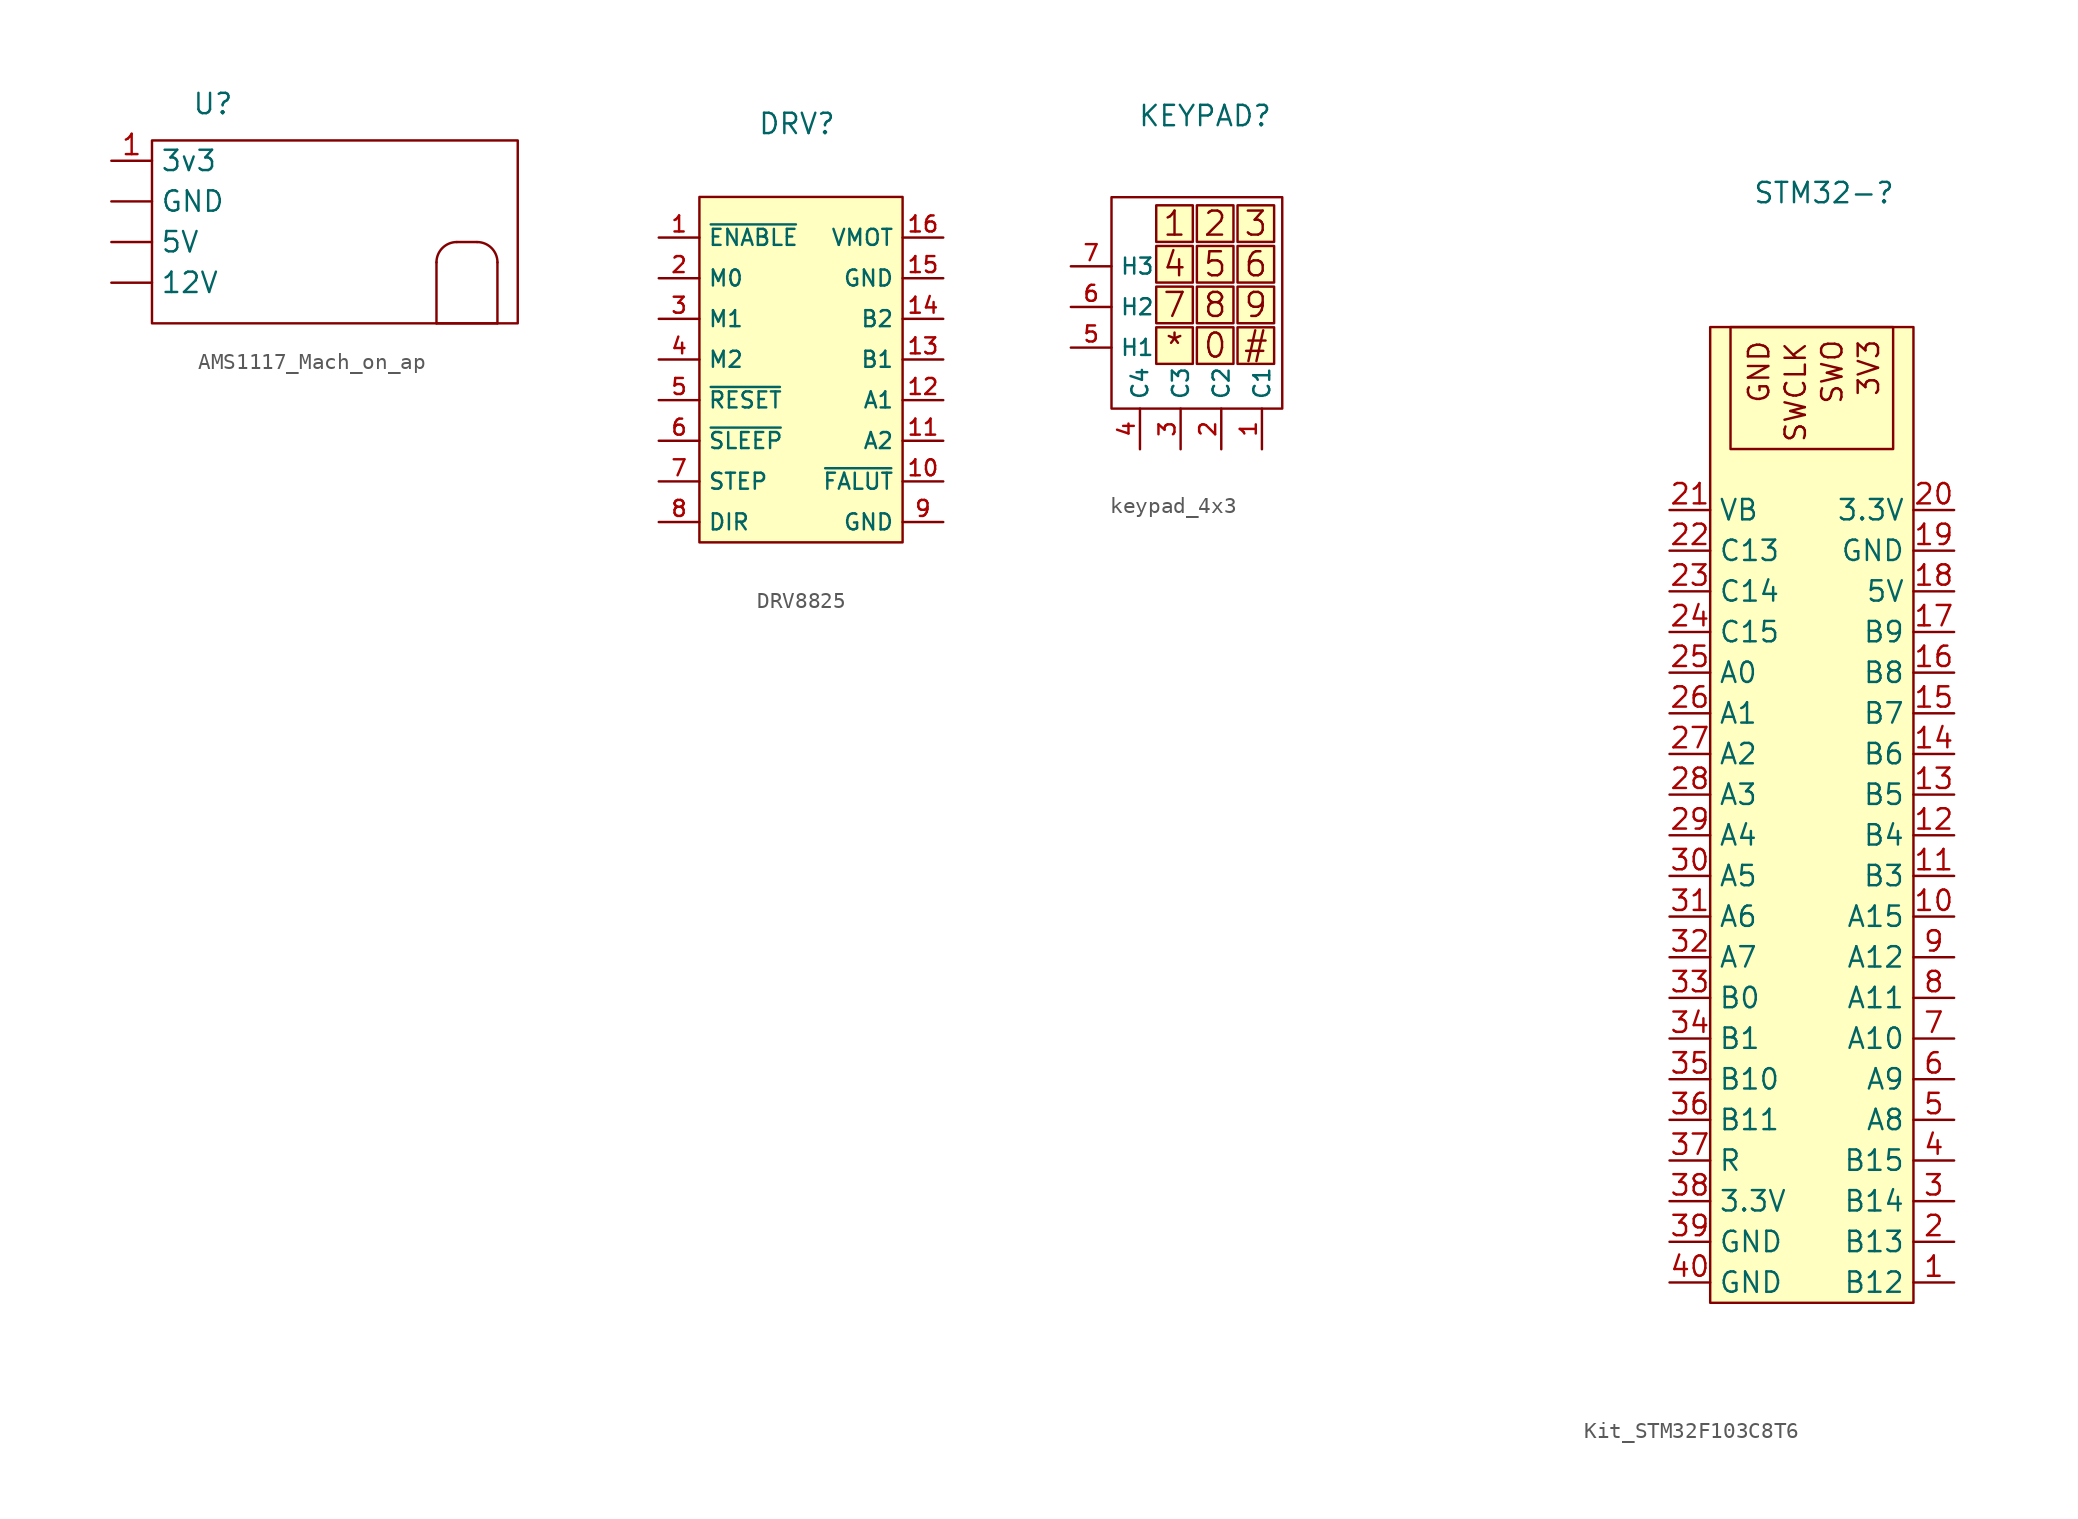
<source format=kicad_sym>
(kicad_symbol_lib
  (version 20231120)
  (generator "kicad_symbol_editor")
  (generator_version "8.0")
  (symbol "AMS1117_Mach_on_ap"
    (property "Reference" "U"
      (at 0 3.556 0)
      (effects (font (size 1.27 1.27))))
    (property "Value" ""
      (at 0 0 0)
      (effects (font (size 1.27 1.27))))
    (symbol "AMS1117_Mach_on_ap_0_1"
      (rectangle (start -3.81 1.27) (end 19.05 -10.16) (stroke (width 0) (type default)) (fill (type none)))
      (polyline (pts (xy 13.97 -10.16) (xy 17.78 -10.16)) (stroke (width 0) (type default)) (fill (type none)))
      (polyline (pts (xy 13.97 -6.35) (xy 13.97 -10.16)) (stroke (width 0) (type default)) (fill (type none)))
      (polyline (pts (xy 15.24 -5.08) (xy 16.51 -5.08)) (stroke (width 0) (type default)) (fill (type none)))
      (polyline (pts (xy 17.78 -6.35) (xy 17.78 -10.16)) (stroke (width 0) (type default)) (fill (type none)))
      (arc (start 15.24 -5.08) (mid 14.342 -5.452) (end 13.97 -6.35) (stroke (width 0) (type default)) (fill (type none)))
      (arc (start 17.78 -6.35) (mid 17.408 -5.452) (end 16.51 -5.08) (stroke (width 0) (type default)) (fill (type none))))
    (symbol "AMS1117_Mach_on_ap_1_1"
      (pin output line (at -6.35 -7.62 0) (length 2.54) (name "12V" (effects (font (size 1.27 1.27)))) (number "" (effects (font (size 1.27 1.27)))))
      (pin output line (at -6.35 -5.08 0) (length 2.54) (name "5V" (effects (font (size 1.27 1.27)))) (number "" (effects (font (size 1.27 1.27)))))
      (pin output line (at -6.35 -2.54 0) (length 2.54) (name "GND" (effects (font (size 1.27 1.27)))) (number "" (effects (font (size 1.27 1.27)))))
      (pin output line (at -6.35 0 0) (length 2.54) (name "3v3" (effects (font (size 1.27 1.27)))) (number "1" (effects (font (size 1.27 1.27)))))))
  (symbol "DRV8825"
    (property "Reference" "DRV"
      (at -0.254 7.112 0)
      (effects (font (size 1.27 1.27))))
    (property "Value" ""
      (at 0 0 0)
      (effects (font (size 1.27 1.27))))
    (symbol "DRV8825_1_1"
      (rectangle (start -6.35 2.54) (end 6.35 -19.05) (stroke (width 0) (type default)) (fill (type background)))
      (pin bidirectional line (at -8.89 0 0) (length 2.54) (name "~{ENABLE}" (effects (font (size 1 1)))) (number "1" (effects (font (size 1 1)))))
      (pin bidirectional line (at 8.89 -15.24 180) (length 2.54) (name "~{FALUT}" (effects (font (size 1 1)))) (number "10" (effects (font (size 1 1)))))
      (pin bidirectional line (at 8.89 -12.7 180) (length 2.54) (name "A2" (effects (font (size 1 1)))) (number "11" (effects (font (size 1 1)))))
      (pin bidirectional line (at 8.89 -10.16 180) (length 2.54) (name "A1" (effects (font (size 1 1)))) (number "12" (effects (font (size 1 1)))))
      (pin bidirectional line (at 8.89 -7.62 180) (length 2.54) (name "B1" (effects (font (size 1 1)))) (number "13" (effects (font (size 1 1)))))
      (pin bidirectional line (at 8.89 -5.08 180) (length 2.54) (name "B2" (effects (font (size 1 1)))) (number "14" (effects (font (size 1 1)))))
      (pin bidirectional line (at 8.89 -2.54 180) (length 2.54) (name "GND" (effects (font (size 1 1)))) (number "15" (effects (font (size 1 1)))))
      (pin bidirectional line (at 8.89 0 180) (length 2.54) (name "VMOT" (effects (font (size 1 1)))) (number "16" (effects (font (size 1 1)))))
      (pin bidirectional line (at -8.89 -2.54 0) (length 2.54) (name "M0" (effects (font (size 1 1)))) (number "2" (effects (font (size 1 1)))))
      (pin bidirectional line (at -8.89 -5.08 0) (length 2.54) (name "M1" (effects (font (size 1 1)))) (number "3" (effects (font (size 1 1)))))
      (pin bidirectional line (at -8.89 -7.62 0) (length 2.54) (name "M2" (effects (font (size 1 1)))) (number "4" (effects (font (size 1 1)))))
      (pin bidirectional line (at -8.89 -10.16 0) (length 2.54) (name "~{RESET}" (effects (font (size 1 1)))) (number "5" (effects (font (size 1 1)))))
      (pin bidirectional line (at -8.89 -12.7 0) (length 2.54) (name "~{SLEEP}" (effects (font (size 1 1)))) (number "6" (effects (font (size 1 1)))))
      (pin bidirectional line (at -8.89 -15.24 0) (length 2.54) (name "STEP" (effects (font (size 1 1)))) (number "7" (effects (font (size 1 1)))))
      (pin bidirectional line (at -8.89 -17.78 0) (length 2.54) (name "DIR" (effects (font (size 1 1)))) (number "8" (effects (font (size 1 1)))))
      (pin bidirectional line (at 8.89 -17.78 180) (length 2.54) (name "GND" (effects (font (size 1 1)))) (number "9" (effects (font (size 1 1)))))))
  (symbol "keypad_4x3"
    (property "Reference" "KEYPAD"
      (at 3.302 5.588 0)
      (effects (font (size 1.27 1.27))))
    (property "Value" ""
      (at 4.699 -1.905 0)
      (effects (font (size 1.27 1.27))))
    (symbol "keypad_4x3_1_1"
      (rectangle (start -2.54 0.508) (end 8.128 -12.7) (stroke (width 0) (type default)) (fill (type none)))
      (rectangle (start 0.254 -7.62) (end 2.54 -9.906) (stroke (width 0) (type default)) (fill (type background)))
      (rectangle (start 0.254 -5.08) (end 2.54 -7.366) (stroke (width 0) (type default)) (fill (type background)))
      (rectangle (start 0.254 -2.54) (end 2.54 -4.826) (stroke (width 0) (type default)) (fill (type background)))
      (rectangle (start 0.254 0) (end 2.54 -2.286) (stroke (width 0) (type default)) (fill (type background)))
      (rectangle (start 2.794 -7.62) (end 5.08 -9.906) (stroke (width 0) (type default)) (fill (type background)))
      (rectangle (start 2.794 -5.08) (end 5.08 -7.366) (stroke (width 0) (type default)) (fill (type background)))
      (rectangle (start 2.794 -2.54) (end 5.08 -4.826) (stroke (width 0) (type default)) (fill (type background)))
      (rectangle (start 2.794 0) (end 5.08 -2.286) (stroke (width 0) (type default)) (fill (type background)))
      (rectangle (start 5.334 -7.62) (end 7.62 -9.906) (stroke (width 0) (type default)) (fill (type background)))
      (rectangle (start 5.334 -5.08) (end 7.62 -7.366) (stroke (width 0) (type default)) (fill (type background)))
      (rectangle (start 5.334 -2.54) (end 7.62 -4.826) (stroke (width 0) (type default)) (fill (type background)))
      (rectangle (start 5.334 0) (end 7.62 -2.286) (stroke (width 0) (type default)) (fill (type background)))
      (text "#" (at 6.477 -8.763 0) (effects (font (size 1.5 1.5))))
      (text "*" (at 1.397 -8.763 0) (effects (font (size 1.5 1.5))))
      (text "0" (at 3.937 -8.763 0) (effects (font (size 1.5 1.5))))
      (text "1" (at 1.397 -1.143 0) (effects (font (size 1.5 1.5))))
      (text "2" (at 3.937 -1.143 0) (effects (font (size 1.5 1.5))))
      (text "3" (at 6.477 -1.143 0) (effects (font (size 1.5 1.5))))
      (text "4" (at 1.397 -3.683 0) (effects (font (size 1.5 1.5))))
      (text "5" (at 3.937 -3.683 0) (effects (font (size 1.5 1.5))))
      (text "6" (at 6.477 -3.683 0) (effects (font (size 1.5 1.5))))
      (text "7" (at 1.397 -6.223 0) (effects (font (size 1.5 1.5))))
      (text "8" (at 3.937 -6.223 0) (effects (font (size 1.5 1.5))))
      (text "9" (at 6.477 -6.223 0) (effects (font (size 1.5 1.5))))
      (pin bidirectional line (at 6.858 -15.24 90) (length 2.54) (name "C1" (effects (font (size 1 1)))) (number "1" (effects (font (size 1 1)))))
      (pin bidirectional line (at 4.318 -15.24 90) (length 2.54) (name "C2" (effects (font (size 1 1)))) (number "2" (effects (font (size 1 1)))))
      (pin bidirectional line (at 1.778 -15.24 90) (length 2.54) (name "C3" (effects (font (size 1 1)))) (number "3" (effects (font (size 1 1)))))
      (pin bidirectional line (at -0.762 -15.24 90) (length 2.54) (name "C4" (effects (font (size 1 1)))) (number "4" (effects (font (size 1 1)))))
      (pin bidirectional line (at -5.08 -8.89 0) (length 2.54) (name "H1" (effects (font (size 1 1)))) (number "5" (effects (font (size 1 1)))))
      (pin bidirectional line (at -5.08 -6.35 0) (length 2.54) (name "H2" (effects (font (size 1 1)))) (number "6" (effects (font (size 1 1)))))
      (pin bidirectional line (at -5.08 -3.81 0) (length 2.54) (name "H3" (effects (font (size 1 1)))) (number "7" (effects (font (size 1 1)))))))
  (symbol "Kit_STM32F103C8T6"
    (property "Reference" "STM32-"
      (at 0.762 8.382 0)
      (effects (font (size 1.27 1.27))))
    (property "Value" ""
      (at -24.13 8.89 0)
      (effects (font (size 1.27 1.27))))
    (symbol "Kit_STM32F103C8T6_1_1"
      (rectangle (start -6.35 0) (end 6.35 -60.96) (stroke (width 0) (type default)) (fill (type background)))
      (rectangle (start -5.08 0) (end 5.08 -7.62) (stroke (width 0) (type default)) (fill (type background)))
      (text "3V3" (at 3.556 -2.54 900) (effects (font (size 1.27 1.27))))
      (text "GND" (at -3.302 -2.794 900) (effects (font (size 1.27 1.27))))
      (text "SWCLK" (at -1.016 -4.064 900) (effects (font (size 1.27 1.27))))
      (text "SWO" (at 1.27 -2.794 900) (effects (font (size 1.27 1.27))))
      (pin bidirectional line (at 8.89 -59.69 180) (length 2.54) (name "B12" (effects (font (size 1.27 1.27)))) (number "1" (effects (font (size 1.27 1.27)))))
      (pin bidirectional line (at 8.89 -36.83 180) (length 2.54) (name "A15" (effects (font (size 1.27 1.27)))) (number "10" (effects (font (size 1.27 1.27)))))
      (pin bidirectional line (at 8.89 -34.29 180) (length 2.54) (name "B3" (effects (font (size 1.27 1.27)))) (number "11" (effects (font (size 1.27 1.27)))))
      (pin bidirectional line (at 8.89 -31.75 180) (length 2.54) (name "B4" (effects (font (size 1.27 1.27)))) (number "12" (effects (font (size 1.27 1.27)))))
      (pin bidirectional line (at 8.89 -29.21 180) (length 2.54) (name "B5" (effects (font (size 1.27 1.27)))) (number "13" (effects (font (size 1.27 1.27)))))
      (pin bidirectional line (at 8.89 -26.67 180) (length 2.54) (name "B6" (effects (font (size 1.27 1.27)))) (number "14" (effects (font (size 1.27 1.27)))))
      (pin bidirectional line (at 8.89 -24.13 180) (length 2.54) (name "B7" (effects (font (size 1.27 1.27)))) (number "15" (effects (font (size 1.27 1.27)))))
      (pin bidirectional line (at 8.89 -21.59 180) (length 2.54) (name "B8" (effects (font (size 1.27 1.27)))) (number "16" (effects (font (size 1.27 1.27)))))
      (pin bidirectional line (at 8.89 -19.05 180) (length 2.54) (name "B9" (effects (font (size 1.27 1.27)))) (number "17" (effects (font (size 1.27 1.27)))))
      (pin bidirectional line (at 8.89 -16.51 180) (length 2.54) (name "5V" (effects (font (size 1.27 1.27)))) (number "18" (effects (font (size 1.27 1.27)))))
      (pin bidirectional line (at 8.89 -13.97 180) (length 2.54) (name "GND" (effects (font (size 1.27 1.27)))) (number "19" (effects (font (size 1.27 1.27)))))
      (pin bidirectional line (at 8.89 -57.15 180) (length 2.54) (name "B13" (effects (font (size 1.27 1.27)))) (number "2" (effects (font (size 1.27 1.27)))))
      (pin bidirectional line (at 8.89 -11.43 180) (length 2.54) (name "3.3V" (effects (font (size 1.27 1.27)))) (number "20" (effects (font (size 1.27 1.27)))))
      (pin bidirectional line (at -8.89 -11.43 0) (length 2.54) (name "VB" (effects (font (size 1.27 1.27)))) (number "21" (effects (font (size 1.27 1.27)))))
      (pin bidirectional line (at -8.89 -13.97 0) (length 2.54) (name "C13" (effects (font (size 1.27 1.27)))) (number "22" (effects (font (size 1.27 1.27)))))
      (pin bidirectional line (at -8.89 -16.51 0) (length 2.54) (name "C14" (effects (font (size 1.27 1.27)))) (number "23" (effects (font (size 1.27 1.27)))))
      (pin bidirectional line (at -8.89 -19.05 0) (length 2.54) (name "C15" (effects (font (size 1.27 1.27)))) (number "24" (effects (font (size 1.27 1.27)))))
      (pin bidirectional line (at -8.89 -21.59 0) (length 2.54) (name "A0" (effects (font (size 1.27 1.27)))) (number "25" (effects (font (size 1.27 1.27)))))
      (pin bidirectional line (at -8.89 -24.13 0) (length 2.54) (name "A1" (effects (font (size 1.27 1.27)))) (number "26" (effects (font (size 1.27 1.27)))))
      (pin bidirectional line (at -8.89 -26.67 0) (length 2.54) (name "A2" (effects (font (size 1.27 1.27)))) (number "27" (effects (font (size 1.27 1.27)))))
      (pin bidirectional line (at -8.89 -29.21 0) (length 2.54) (name "A3" (effects (font (size 1.27 1.27)))) (number "28" (effects (font (size 1.27 1.27)))))
      (pin bidirectional line (at -8.89 -31.75 0) (length 2.54) (name "A4" (effects (font (size 1.27 1.27)))) (number "29" (effects (font (size 1.27 1.27)))))
      (pin bidirectional line (at 8.89 -54.61 180) (length 2.54) (name "B14" (effects (font (size 1.27 1.27)))) (number "3" (effects (font (size 1.27 1.27)))))
      (pin bidirectional line (at -8.89 -34.29 0) (length 2.54) (name "A5" (effects (font (size 1.27 1.27)))) (number "30" (effects (font (size 1.27 1.27)))))
      (pin bidirectional line (at -8.89 -36.83 0) (length 2.54) (name "A6" (effects (font (size 1.27 1.27)))) (number "31" (effects (font (size 1.27 1.27)))))
      (pin bidirectional line (at -8.89 -39.37 0) (length 2.54) (name "A7" (effects (font (size 1.27 1.27)))) (number "32" (effects (font (size 1.27 1.27)))))
      (pin bidirectional line (at -8.89 -41.91 0) (length 2.54) (name "B0" (effects (font (size 1.27 1.27)))) (number "33" (effects (font (size 1.27 1.27)))))
      (pin bidirectional line (at -8.89 -44.45 0) (length 2.54) (name "B1" (effects (font (size 1.27 1.27)))) (number "34" (effects (font (size 1.27 1.27)))))
      (pin bidirectional line (at -8.89 -46.99 0) (length 2.54) (name "B10" (effects (font (size 1.27 1.27)))) (number "35" (effects (font (size 1.27 1.27)))))
      (pin bidirectional line (at -8.89 -49.53 0) (length 2.54) (name "B11" (effects (font (size 1.27 1.27)))) (number "36" (effects (font (size 1.27 1.27)))))
      (pin bidirectional line (at -8.89 -52.07 0) (length 2.54) (name "R" (effects (font (size 1.27 1.27)))) (number "37" (effects (font (size 1.27 1.27)))))
      (pin bidirectional line (at -8.89 -54.61 0) (length 2.54) (name "3.3V" (effects (font (size 1.27 1.27)))) (number "38" (effects (font (size 1.27 1.27)))))
      (pin bidirectional line (at -8.89 -57.15 0) (length 2.54) (name "GND" (effects (font (size 1.27 1.27)))) (number "39" (effects (font (size 1.27 1.27)))))
      (pin bidirectional line (at 8.89 -52.07 180) (length 2.54) (name "B15" (effects (font (size 1.27 1.27)))) (number "4" (effects (font (size 1.27 1.27)))))
      (pin bidirectional line (at -8.89 -59.69 0) (length 2.54) (name "GND" (effects (font (size 1.27 1.27)))) (number "40" (effects (font (size 1.27 1.27)))))
      (pin bidirectional line (at 8.89 -49.53 180) (length 2.54) (name "A8" (effects (font (size 1.27 1.27)))) (number "5" (effects (font (size 1.27 1.27)))))
      (pin bidirectional line (at 8.89 -46.99 180) (length 2.54) (name "A9" (effects (font (size 1.27 1.27)))) (number "6" (effects (font (size 1.27 1.27)))))
      (pin bidirectional line (at 8.89 -44.45 180) (length 2.54) (name "A10" (effects (font (size 1.27 1.27)))) (number "7" (effects (font (size 1.27 1.27)))))
      (pin bidirectional line (at 8.89 -41.91 180) (length 2.54) (name "A11" (effects (font (size 1.27 1.27)))) (number "8" (effects (font (size 1.27 1.27)))))
      (pin bidirectional line (at 8.89 -39.37 180) (length 2.54) (name "A12" (effects (font (size 1.27 1.27)))) (number "9" (effects (font (size 1.27 1.27))))))))
</source>
